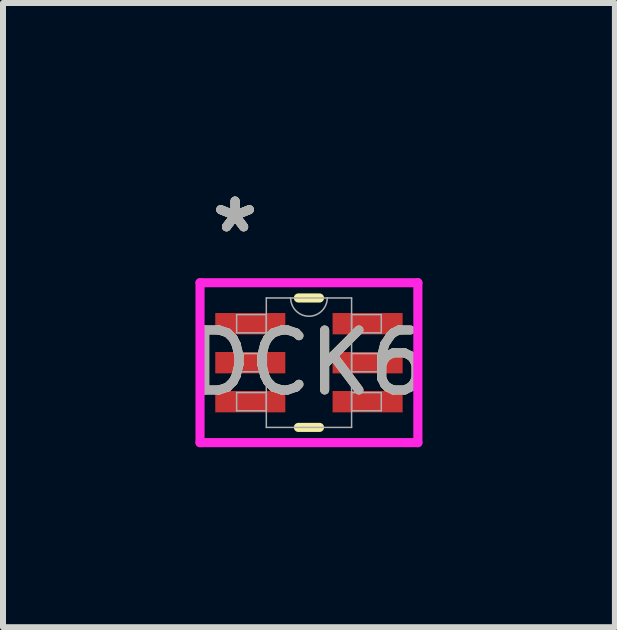
<source format=kicad_pcb>
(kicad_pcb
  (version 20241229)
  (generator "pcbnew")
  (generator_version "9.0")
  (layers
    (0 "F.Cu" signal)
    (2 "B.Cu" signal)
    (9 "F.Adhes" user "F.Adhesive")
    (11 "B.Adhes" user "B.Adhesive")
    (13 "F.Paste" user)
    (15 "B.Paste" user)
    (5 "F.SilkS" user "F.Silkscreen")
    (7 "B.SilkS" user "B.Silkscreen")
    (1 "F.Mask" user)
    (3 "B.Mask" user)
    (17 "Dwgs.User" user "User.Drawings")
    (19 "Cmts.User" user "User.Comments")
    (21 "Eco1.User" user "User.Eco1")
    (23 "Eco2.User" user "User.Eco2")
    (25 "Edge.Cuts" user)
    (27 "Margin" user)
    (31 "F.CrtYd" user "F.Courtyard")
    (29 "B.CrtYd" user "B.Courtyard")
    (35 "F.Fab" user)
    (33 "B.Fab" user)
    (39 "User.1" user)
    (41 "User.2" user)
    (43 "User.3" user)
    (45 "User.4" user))
  (footprint "DCK6"
    (layer "F.Cu")
    (at 2.101 2.997)
    (property "Reference" "DCK6" (at 0 0 0) (unlocked yes) (layer "F.SilkS") (effects (font (size 1 1) (thickness 0.15))))
    (attr smd)
    (fp_line (start -0.176 1.079) (end 0.176 1.079) (stroke (width 0.152) (type solid)) (layer "F.SilkS"))
    (fp_line (start 0.176 -1.079) (end -0.176 -1.079) (stroke (width 0.152) (type solid)) (layer "F.SilkS"))
    (fp_line (start -1.816 -1.333) (end 1.816 -1.333) (stroke (width 0.152) (type solid)) (layer "F.CrtYd"))
    (fp_line (start -1.816 1.333) (end -1.816 -1.333) (stroke (width 0.152) (type solid)) (layer "F.CrtYd"))
    (fp_line (start 1.816 -1.333) (end 1.816 1.333) (stroke (width 0.152) (type solid)) (layer "F.CrtYd"))
    (fp_line (start 1.816 1.333) (end -1.816 1.333) (stroke (width 0.152) (type solid)) (layer "F.CrtYd"))
    (fp_line (start -1.206 -0.802) (end -1.206 -0.498) (stroke (width 0.025) (type solid)) (layer "F.Fab"))
    (fp_line (start -1.206 -0.498) (end -0.711 -0.498) (stroke (width 0.025) (type solid)) (layer "F.Fab"))
    (fp_line (start -1.206 -0.152) (end -1.206 0.152) (stroke (width 0.025) (type solid)) (layer "F.Fab"))
    (fp_line (start -1.206 0.152) (end -0.711 0.152) (stroke (width 0.025) (type solid)) (layer "F.Fab"))
    (fp_line (start -1.206 0.498) (end -1.206 0.802) (stroke (width 0.025) (type solid)) (layer "F.Fab"))
    (fp_line (start -1.206 0.802) (end -0.711 0.802) (stroke (width 0.025) (type solid)) (layer "F.Fab"))
    (fp_line (start -0.711 -1.079) (end -0.711 1.079) (stroke (width 0.025) (type solid)) (layer "F.Fab"))
    (fp_line (start -0.711 -0.802) (end -1.206 -0.802) (stroke (width 0.025) (type solid)) (layer "F.Fab"))
    (fp_line (start -0.711 -0.498) (end -0.711 -0.802) (stroke (width 0.025) (type solid)) (layer "F.Fab"))
    (fp_line (start -0.711 -0.152) (end -1.206 -0.152) (stroke (width 0.025) (type solid)) (layer "F.Fab"))
    (fp_line (start -0.711 0.152) (end -0.711 -0.152) (stroke (width 0.025) (type solid)) (layer "F.Fab"))
    (fp_line (start -0.711 0.498) (end -1.206 0.498) (stroke (width 0.025) (type solid)) (layer "F.Fab"))
    (fp_line (start -0.711 0.802) (end -0.711 0.498) (stroke (width 0.025) (type solid)) (layer "F.Fab"))
    (fp_line (start -0.711 1.079) (end 0.711 1.079) (stroke (width 0.025) (type solid)) (layer "F.Fab"))
    (fp_line (start 0.711 -1.079) (end -0.711 -1.079) (stroke (width 0.025) (type solid)) (layer "F.Fab"))
    (fp_line (start 0.711 -0.802) (end 0.711 -0.498) (stroke (width 0.025) (type solid)) (layer "F.Fab"))
    (fp_line (start 0.711 -0.498) (end 1.206 -0.498) (stroke (width 0.025) (type solid)) (layer "F.Fab"))
    (fp_line (start 0.711 -0.152) (end 0.711 0.152) (stroke (width 0.025) (type solid)) (layer "F.Fab"))
    (fp_line (start 0.711 0.152) (end 1.206 0.152) (stroke (width 0.025) (type solid)) (layer "F.Fab"))
    (fp_line (start 0.711 0.498) (end 0.711 0.802) (stroke (width 0.025) (type solid)) (layer "F.Fab"))
    (fp_line (start 0.711 0.802) (end 1.206 0.802) (stroke (width 0.025) (type solid)) (layer "F.Fab"))
    (fp_line (start 0.711 1.079) (end 0.711 -1.079) (stroke (width 0.025) (type solid)) (layer "F.Fab"))
    (fp_line (start 1.206 -0.802) (end 0.711 -0.802) (stroke (width 0.025) (type solid)) (layer "F.Fab"))
    (fp_line (start 1.206 -0.498) (end 1.206 -0.802) (stroke (width 0.025) (type solid)) (layer "F.Fab"))
    (fp_line (start 1.206 -0.152) (end 0.711 -0.152) (stroke (width 0.025) (type solid)) (layer "F.Fab"))
    (fp_line (start 1.206 0.152) (end 1.206 -0.152) (stroke (width 0.025) (type solid)) (layer "F.Fab"))
    (fp_line (start 1.206 0.498) (end 0.711 0.498) (stroke (width 0.025) (type solid)) (layer "F.Fab"))
    (fp_line (start 1.206 0.802) (end 1.206 0.498) (stroke (width 0.025) (type solid)) (layer "F.Fab"))
    (fp_arc (start 0.3048 -1.0795) (mid 0 -0.7747) (end -0.3048 -1.0795) (stroke (width 0.0254) (type solid)) (layer "F.Fab"))
    (fp_text user "*" (at -1.232 -2.149 0) (layer "F.SilkS") (effects (font (size 1 1) (thickness 0.15))))
    (fp_text user "*" (at -1.232 -2.149 0) (unlocked yes) (layer "F.SilkS") (effects (font (size 1 1) (thickness 0.15))))
    (fp_text user "*" (at -1.232 -2.149 0) (unlocked yes) (layer "F.Fab") (effects (font (size 1 1) (thickness 0.15))))
    (fp_text user "${REFERENCE}" (at 0 0 0) (unlocked yes) (layer "F.Fab") (effects (font (size 1 1) (thickness 0.15))))
    (fp_text user "*" (at -1.232 -2.149 0) (layer "F.Fab") (effects (font (size 1 1) (thickness 0.15))))
    (pad "1" smd rect (at -0.978 -0.65) (size 1.168 0.356) (layers "F.Cu" "F.Mask" "F.Paste"))
    (pad "2" smd rect (at -0.978 0) (size 1.168 0.356) (layers "F.Cu" "F.Mask" "F.Paste"))
    (pad "3" smd rect (at -0.978 0.65) (size 1.168 0.356) (layers "F.Cu" "F.Mask" "F.Paste"))
    (pad "4" smd rect (at 0.978 0.65) (size 1.168 0.356) (layers "F.Cu" "F.Mask" "F.Paste"))
    (pad "5" smd rect (at 0.978 0) (size 1.168 0.356) (layers "F.Cu" "F.Mask" "F.Paste"))
    (pad "6" smd rect (at 0.978 -0.65) (size 1.168 0.356) (layers "F.Cu" "F.Mask" "F.Paste")))
  (gr_rect
    (start -3 -3)
    (end 7.202 7.407)
    (stroke (width 0.1) (type default))
    (fill no)
    (layer "Edge.Cuts")))
</source>
